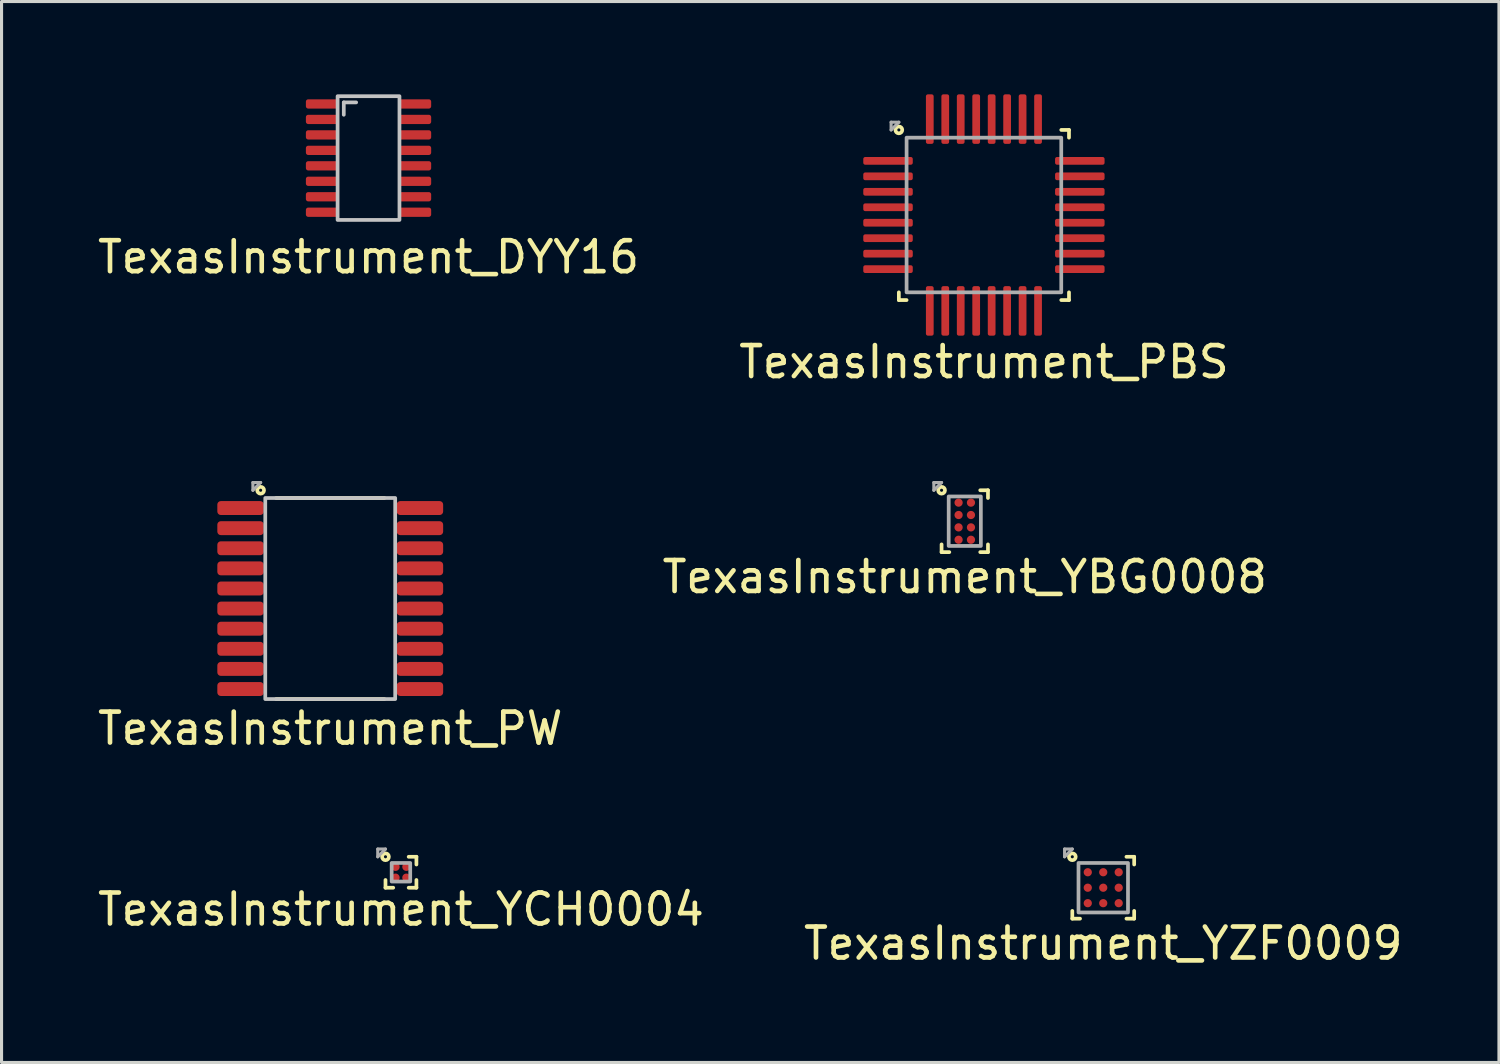
<source format=kicad_pcb>
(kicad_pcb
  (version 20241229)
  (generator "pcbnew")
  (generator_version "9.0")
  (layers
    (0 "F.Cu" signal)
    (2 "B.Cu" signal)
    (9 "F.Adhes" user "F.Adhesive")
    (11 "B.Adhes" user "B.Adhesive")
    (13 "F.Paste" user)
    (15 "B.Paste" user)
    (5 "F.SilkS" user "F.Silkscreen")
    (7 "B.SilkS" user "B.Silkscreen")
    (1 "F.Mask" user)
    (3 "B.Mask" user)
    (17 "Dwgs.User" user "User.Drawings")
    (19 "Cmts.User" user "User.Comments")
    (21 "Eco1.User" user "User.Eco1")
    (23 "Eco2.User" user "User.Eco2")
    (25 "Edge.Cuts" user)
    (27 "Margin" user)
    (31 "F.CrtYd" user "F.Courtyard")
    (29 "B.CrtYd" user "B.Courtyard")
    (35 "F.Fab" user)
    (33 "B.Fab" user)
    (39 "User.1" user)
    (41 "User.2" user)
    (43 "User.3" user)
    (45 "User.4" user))
  (footprint "TexasInstrument_DYY16"
    (layer "F.Cu")
    (at 8.863 2.06)
    (property "Reference" "TexasInstrument_DYY16" (at 0 3.2 0) (unlocked yes) (layer "F.SilkS") (effects (font (size 1 1) (thickness 0.15))))
    (attr smd)
    (fp_line (start -0.8 -1.8) (end -0.4 -1.8) (stroke (width 0.12) (type solid)) (layer "Dwgs.User"))
    (fp_line (start -0.8 -1.4) (end -0.8 -1.8) (stroke (width 0.12) (type solid)) (layer "Dwgs.User"))
    (fp_rect (start -1 -2) (end 1 2) (stroke (width 0.12) (type solid)) (fill no) (layer "Dwgs.User"))
    (pad "1" smd roundrect (at -1.5 -1.75) (size 1.05 0.3) (layers "F.Cu" "F.Mask" "F.Paste") (roundrect_rratio 0.25))
    (pad "2" smd roundrect (at -1.5 -1.25) (size 1.05 0.3) (layers "F.Cu" "F.Mask" "F.Paste") (roundrect_rratio 0.25))
    (pad "3" smd roundrect (at -1.5 -0.75) (size 1.05 0.3) (layers "F.Cu" "F.Mask" "F.Paste") (roundrect_rratio 0.25))
    (pad "4" smd roundrect (at -1.5 -0.25) (size 1.05 0.3) (layers "F.Cu" "F.Mask" "F.Paste") (roundrect_rratio 0.25))
    (pad "5" smd roundrect (at -1.5 0.25) (size 1.05 0.3) (layers "F.Cu" "F.Mask" "F.Paste") (roundrect_rratio 0.25))
    (pad "6" smd roundrect (at -1.5 0.75) (size 1.05 0.3) (layers "F.Cu" "F.Mask" "F.Paste") (roundrect_rratio 0.25))
    (pad "7" smd roundrect (at -1.5 1.25) (size 1.05 0.3) (layers "F.Cu" "F.Mask" "F.Paste") (roundrect_rratio 0.25))
    (pad "8" smd roundrect (at -1.5 1.75) (size 1.05 0.3) (layers "F.Cu" "F.Mask" "F.Paste") (roundrect_rratio 0.25))
    (pad "9" smd roundrect (at 1.5 1.75) (size 1.05 0.3) (layers "F.Cu" "F.Mask" "F.Paste") (roundrect_rratio 0.25))
    (pad "10" smd roundrect (at 1.5 1.25) (size 1.05 0.3) (layers "F.Cu" "F.Mask" "F.Paste") (roundrect_rratio 0.25))
    (pad "11" smd roundrect (at 1.5 0.75) (size 1.05 0.3) (layers "F.Cu" "F.Mask" "F.Paste") (roundrect_rratio 0.25))
    (pad "12" smd roundrect (at 1.5 0.25) (size 1.05 0.3) (layers "F.Cu" "F.Mask" "F.Paste") (roundrect_rratio 0.25))
    (pad "13" smd roundrect (at 1.5 -0.25) (size 1.05 0.3) (layers "F.Cu" "F.Mask" "F.Paste") (roundrect_rratio 0.25))
    (pad "14" smd roundrect (at 1.5 -0.75) (size 1.05 0.3) (layers "F.Cu" "F.Mask" "F.Paste") (roundrect_rratio 0.25))
    (pad "15" smd roundrect (at 1.5 -1.25) (size 1.05 0.3) (layers "F.Cu" "F.Mask" "F.Paste") (roundrect_rratio 0.25))
    (pad "16" smd roundrect (at 1.5 -1.75) (size 1.05 0.3) (layers "F.Cu" "F.Mask" "F.Paste") (roundrect_rratio 0.25)))
  (footprint "TexasInstrument_YBG0008"
    (layer "F.Cu")
    (at 28.137 13.798)
    (property "Reference" "TexasInstrument_YBG0008" (at 0 1.8 0) (unlocked yes) (layer "F.SilkS") (effects (font (size 1 1) (thickness 0.15))))
    (attr smd)
    (fp_line (start -0.75 0.75) (end -0.75 1) (stroke (width 0.12) (type solid)) (layer "F.SilkS"))
    (fp_line (start -0.75 1) (end -0.5 1) (stroke (width 0.12) (type solid)) (layer "F.SilkS"))
    (fp_line (start 0.5 -1) (end 0.75 -1) (stroke (width 0.12) (type solid)) (layer "F.SilkS"))
    (fp_line (start 0.75 -1) (end 0.75 -0.75) (stroke (width 0.12) (type solid)) (layer "F.SilkS"))
    (fp_line (start 0.75 0.75) (end 0.75 1) (stroke (width 0.12) (type solid)) (layer "F.SilkS"))
    (fp_line (start 0.75 1) (end 0.5 1) (stroke (width 0.12) (type solid)) (layer "F.SilkS"))
    (fp_circle (center -0.75 -1) (end -0.7 -1) (stroke (width 0.12) (type solid)) (fill no) (layer "F.SilkS"))
    (fp_line (start -1 -1.25) (end -1 -1) (stroke (width 0.1) (type solid)) (layer "F.Fab"))
    (fp_line (start -1 -1) (end -0.75 -1.25) (stroke (width 0.1) (type solid)) (layer "F.Fab"))
    (fp_line (start -0.75 -1.25) (end -1 -1.25) (stroke (width 0.1) (type solid)) (layer "F.Fab"))
    (fp_rect (start -0.52 -0.8) (end 0.52 0.8) (stroke (width 0.12) (type solid)) (fill no) (layer "F.Fab"))
    (pad "A1" smd circle (at -0.2 -0.6) (size 0.265 0.265) (layers "F.Cu" "F.Mask" "F.Paste"))
    (pad "A2" smd circle (at 0.2 -0.6) (size 0.265 0.265) (layers "F.Cu" "F.Mask" "F.Paste"))
    (pad "B1" smd circle (at -0.2 -0.2) (size 0.265 0.265) (layers "F.Cu" "F.Mask" "F.Paste"))
    (pad "B2" smd circle (at 0.2 -0.2) (size 0.265 0.265) (layers "F.Cu" "F.Mask" "F.Paste"))
    (pad "C1" smd circle (at -0.2 0.2) (size 0.265 0.265) (layers "F.Cu" "F.Mask" "F.Paste"))
    (pad "C2" smd circle (at 0.2 0.2) (size 0.265 0.265) (layers "F.Cu" "F.Mask" "F.Paste"))
    (pad "D1" smd circle (at -0.2 0.6) (size 0.265 0.265) (layers "F.Cu" "F.Mask" "F.Paste"))
    (pad "D2" smd circle (at 0.2 0.6) (size 0.265 0.265) (layers "F.Cu" "F.Mask" "F.Paste")))
  (footprint "TexasInstrument_YZF0009"
    (layer "F.Cu")
    (at 32.613 25.646)
    (property "Reference" "TexasInstrument_YZF0009" (at 0 1.8 0) (unlocked yes) (layer "F.SilkS") (effects (font (size 1 1) (thickness 0.15))))
    (attr smd)
    (fp_line (start -1 1) (end -1 0.75) (stroke (width 0.12) (type solid)) (layer "F.SilkS"))
    (fp_line (start -0.75 1) (end -1 1) (stroke (width 0.12) (type solid)) (layer "F.SilkS"))
    (fp_line (start 0.75 -1) (end 1 -1) (stroke (width 0.12) (type solid)) (layer "F.SilkS"))
    (fp_line (start 1 -1) (end 1 -0.75) (stroke (width 0.12) (type solid)) (layer "F.SilkS"))
    (fp_line (start 1 0.75) (end 1 1) (stroke (width 0.12) (type solid)) (layer "F.SilkS"))
    (fp_line (start 1 1) (end 0.75 1) (stroke (width 0.12) (type solid)) (layer "F.SilkS"))
    (fp_circle (center -1 -1) (end -0.95 -1) (stroke (width 0.12) (type solid)) (fill no) (layer "F.SilkS"))
    (fp_line (start -1.25 -1.25) (end -1.25 -1) (stroke (width 0.1) (type solid)) (layer "F.Fab"))
    (fp_line (start -1.25 -1) (end -1 -1.25) (stroke (width 0.1) (type solid)) (layer "F.Fab"))
    (fp_line (start -1 -1.25) (end -1.25 -1.25) (stroke (width 0.1) (type solid)) (layer "F.Fab"))
    (fp_rect (start -0.8 -0.8) (end 0.8 0.8) (stroke (width 0.12) (type solid)) (fill no) (layer "F.Fab"))
    (pad "A1" smd circle (at 0.5 0.5) (size 0.265 0.265) (layers "F.Cu" "F.Mask" "F.Paste"))
    (pad "A2" smd circle (at 0 0.5) (size 0.265 0.265) (layers "F.Cu" "F.Mask" "F.Paste"))
    (pad "A3" smd circle (at -0.5 0.5) (size 0.265 0.265) (layers "F.Cu" "F.Mask" "F.Paste"))
    (pad "B1" smd circle (at 0.5 0) (size 0.265 0.265) (layers "F.Cu" "F.Mask" "F.Paste"))
    (pad "B2" smd circle (at 0 0) (size 0.265 0.265) (layers "F.Cu" "F.Mask" "F.Paste"))
    (pad "B3" smd circle (at -0.5 0) (size 0.265 0.265) (layers "F.Cu" "F.Mask" "F.Paste"))
    (pad "C1" smd circle (at 0.5 -0.5) (size 0.265 0.265) (layers "F.Cu" "F.Mask" "F.Paste"))
    (pad "C2" smd circle (at 0 -0.5) (size 0.265 0.265) (layers "F.Cu" "F.Mask" "F.Paste"))
    (pad "C3" smd circle (at -0.5 -0.5) (size 0.265 0.265) (layers "F.Cu" "F.Mask" "F.Paste")))
  (footprint "TexasInstrument_YCH0004"
    (layer "F.Cu")
    (at 9.911 25.146)
    (property "Reference" "TexasInstrument_YCH0004" (at 0 1.2 0) (unlocked yes) (layer "F.SilkS") (effects (font (size 1 1) (thickness 0.15))))
    (attr smd)
    (fp_line (start -0.5 0.25) (end -0.5 0.5) (stroke (width 0.12) (type solid)) (layer "F.SilkS"))
    (fp_line (start -0.5 0.5) (end -0.25 0.5) (stroke (width 0.12) (type solid)) (layer "F.SilkS"))
    (fp_line (start 0.25 -0.5) (end 0.5 -0.5) (stroke (width 0.12) (type solid)) (layer "F.SilkS"))
    (fp_line (start 0.5 -0.5) (end 0.5 -0.25) (stroke (width 0.12) (type solid)) (layer "F.SilkS"))
    (fp_line (start 0.5 0.25) (end 0.5 0.5) (stroke (width 0.12) (type solid)) (layer "F.SilkS"))
    (fp_line (start 0.5 0.5) (end 0.25 0.5) (stroke (width 0.12) (type solid)) (layer "F.SilkS"))
    (fp_circle (center -0.5 -0.5) (end -0.45 -0.5) (stroke (width 0.12) (type solid)) (fill no) (layer "F.SilkS"))
    (fp_line (start -0.75 -0.75) (end -0.75 -0.5) (stroke (width 0.1) (type solid)) (layer "F.Fab"))
    (fp_line (start -0.75 -0.5) (end -0.5 -0.75) (stroke (width 0.1) (type solid)) (layer "F.Fab"))
    (fp_line (start -0.5 -0.75) (end -0.75 -0.75) (stroke (width 0.1) (type solid)) (layer "F.Fab"))
    (fp_rect (start -0.3 -0.3) (end 0.3 0.3) (stroke (width 0.12) (type solid)) (fill no) (layer "F.Fab"))
    (pad "A1" smd circle (at -0.175 -0.175) (size 0.265 0.265) (layers "F.Cu" "F.Mask" "F.Paste"))
    (pad "A2" smd circle (at 0.175 -0.175) (size 0.265 0.265) (layers "F.Cu" "F.Mask" "F.Paste"))
    (pad "B1" smd circle (at -0.175 0.175) (size 0.265 0.265) (layers "F.Cu" "F.Mask" "F.Paste"))
    (pad "B2" smd circle (at 0.175 0.175) (size 0.265 0.265) (layers "F.Cu" "F.Mask" "F.Paste")))
  (footprint "TexasInstrument_PW"
    (layer "F.Cu")
    (at 7.625 16.298)
    (property "Reference" "TexasInstrument_PW" (at 0 4.2 0) (unlocked yes) (layer "F.SilkS") (effects (font (size 1 1) (thickness 0.15))))
    (attr smd)
    (fp_line (start -1.75 -3.25) (end 1.75 -3.25) (stroke (width 0.12) (type solid)) (layer "F.SilkS"))
    (fp_line (start -1.75 3.25) (end 1.75 3.25) (stroke (width 0.12) (type solid)) (layer "F.SilkS"))
    (fp_circle (center -2.25 -3.5) (end -2.2 -3.5) (stroke (width 0.12) (type solid)) (fill no) (layer "F.SilkS"))
    (fp_rect (start -2.1 -3.25) (end 2.1 3.25) (stroke (width 0.12) (type solid)) (fill no) (layer "Dwgs.User"))
    (fp_line (start -2.5 -3.75) (end -2.5 -3.5) (stroke (width 0.1) (type solid)) (layer "F.Fab"))
    (fp_line (start -2.5 -3.5) (end -2.25 -3.75) (stroke (width 0.1) (type solid)) (layer "F.Fab"))
    (fp_line (start -2.25 -3.75) (end -2.5 -3.75) (stroke (width 0.1) (type solid)) (layer "F.Fab"))
    (pad "1" smd roundrect (at -2.9 -2.925) (size 1.5 0.45) (layers "F.Cu" "F.Mask" "F.Paste") (roundrect_rratio 0.25))
    (pad "2" smd roundrect (at -2.9 -2.275) (size 1.5 0.45) (layers "F.Cu" "F.Mask" "F.Paste") (roundrect_rratio 0.25))
    (pad "3" smd roundrect (at -2.9 -1.625) (size 1.5 0.45) (layers "F.Cu" "F.Mask" "F.Paste") (roundrect_rratio 0.25))
    (pad "4" smd roundrect (at -2.9 -0.975) (size 1.5 0.45) (layers "F.Cu" "F.Mask" "F.Paste") (roundrect_rratio 0.25))
    (pad "5" smd roundrect (at -2.9 -0.325) (size 1.5 0.45) (layers "F.Cu" "F.Mask" "F.Paste") (roundrect_rratio 0.25))
    (pad "6" smd roundrect (at -2.9 0.325) (size 1.5 0.45) (layers "F.Cu" "F.Mask" "F.Paste") (roundrect_rratio 0.25))
    (pad "7" smd roundrect (at -2.9 0.975) (size 1.5 0.45) (layers "F.Cu" "F.Mask" "F.Paste") (roundrect_rratio 0.25))
    (pad "8" smd roundrect (at -2.9 1.625) (size 1.5 0.45) (layers "F.Cu" "F.Mask" "F.Paste") (roundrect_rratio 0.25))
    (pad "9" smd roundrect (at -2.9 2.275) (size 1.5 0.45) (layers "F.Cu" "F.Mask" "F.Paste") (roundrect_rratio 0.25))
    (pad "10" smd roundrect (at -2.9 2.925) (size 1.5 0.45) (layers "F.Cu" "F.Mask" "F.Paste") (roundrect_rratio 0.25))
    (pad "11" smd roundrect (at 2.9 2.925) (size 1.5 0.45) (layers "F.Cu" "F.Mask" "F.Paste") (roundrect_rratio 0.25))
    (pad "12" smd roundrect (at 2.9 2.275) (size 1.5 0.45) (layers "F.Cu" "F.Mask" "F.Paste") (roundrect_rratio 0.25))
    (pad "13" smd roundrect (at 2.9 1.625) (size 1.5 0.45) (layers "F.Cu" "F.Mask" "F.Paste") (roundrect_rratio 0.25))
    (pad "14" smd roundrect (at 2.9 0.975) (size 1.5 0.45) (layers "F.Cu" "F.Mask" "F.Paste") (roundrect_rratio 0.25))
    (pad "15" smd roundrect (at 2.9 0.325) (size 1.5 0.45) (layers "F.Cu" "F.Mask" "F.Paste") (roundrect_rratio 0.25))
    (pad "16" smd roundrect (at 2.9 -0.325) (size 1.5 0.45) (layers "F.Cu" "F.Mask" "F.Paste") (roundrect_rratio 0.25))
    (pad "17" smd roundrect (at 2.9 -0.975) (size 1.5 0.45) (layers "F.Cu" "F.Mask" "F.Paste") (roundrect_rratio 0.25))
    (pad "18" smd roundrect (at 2.9 -1.625) (size 1.5 0.45) (layers "F.Cu" "F.Mask" "F.Paste") (roundrect_rratio 0.25))
    (pad "19" smd roundrect (at 2.9 -2.275) (size 1.5 0.45) (layers "F.Cu" "F.Mask" "F.Paste") (roundrect_rratio 0.25))
    (pad "20" smd roundrect (at 2.9 -2.925) (size 1.5 0.45) (layers "F.Cu" "F.Mask" "F.Paste") (roundrect_rratio 0.25)))
  (footprint "TexasInstrument_PBS"
    (layer "F.Cu")
    (at 28.756 3.9)
    (property "Reference" "TexasInstrument_PBS" (at 0 4.75 0) (unlocked yes) (layer "F.SilkS") (effects (font (size 1 1) (thickness 0.15))))
    (attr smd)
    (fp_line (start -2.75 2.5) (end -2.75 2.75) (stroke (width 0.12) (type solid)) (layer "F.SilkS"))
    (fp_line (start -2.75 2.75) (end -2.5 2.75) (stroke (width 0.12) (type solid)) (layer "F.SilkS"))
    (fp_line (start 2.5 -2.75) (end 2.75 -2.75) (stroke (width 0.12) (type solid)) (layer "F.SilkS"))
    (fp_line (start 2.75 -2.5) (end 2.75 -2.75) (stroke (width 0.12) (type solid)) (layer "F.SilkS"))
    (fp_line (start 2.75 2.5) (end 2.75 2.75) (stroke (width 0.12) (type solid)) (layer "F.SilkS"))
    (fp_line (start 2.75 2.75) (end 2.5 2.75) (stroke (width 0.12) (type solid)) (layer "F.SilkS"))
    (fp_circle (center -2.75 -2.75) (end -2.7 -2.75) (stroke (width 0.12) (type solid)) (fill no) (layer "F.SilkS"))
    (fp_line (start -3 -3) (end -3 -2.75) (stroke (width 0.1) (type solid)) (layer "F.Fab"))
    (fp_line (start -3 -2.75) (end -2.75 -3) (stroke (width 0.1) (type solid)) (layer "F.Fab"))
    (fp_line (start -2.75 -3) (end -3 -3) (stroke (width 0.1) (type solid)) (layer "F.Fab"))
    (fp_rect (start -2.5 -2.5) (end 2.5 2.5) (stroke (width 0.12) (type solid)) (fill no) (layer "F.Fab"))
    (pad "1" smd roundrect (at -3.1 -1.75) (size 1.6 0.25) (layers "F.Cu" "F.Mask" "F.Paste") (roundrect_rratio 0.25))
    (pad "2" smd roundrect (at -3.1 -1.25) (size 1.6 0.25) (layers "F.Cu" "F.Mask" "F.Paste") (roundrect_rratio 0.25))
    (pad "3" smd roundrect (at -3.1 -0.75) (size 1.6 0.25) (layers "F.Cu" "F.Mask" "F.Paste") (roundrect_rratio 0.25))
    (pad "4" smd roundrect (at -3.1 -0.25) (size 1.6 0.25) (layers "F.Cu" "F.Mask" "F.Paste") (roundrect_rratio 0.25))
    (pad "5" smd roundrect (at -3.1 0.25) (size 1.6 0.25) (layers "F.Cu" "F.Mask" "F.Paste") (roundrect_rratio 0.25))
    (pad "6" smd roundrect (at -3.1 0.75) (size 1.6 0.25) (layers "F.Cu" "F.Mask" "F.Paste") (roundrect_rratio 0.25))
    (pad "7" smd roundrect (at -3.1 1.25) (size 1.6 0.25) (layers "F.Cu" "F.Mask" "F.Paste") (roundrect_rratio 0.25))
    (pad "8" smd roundrect (at -3.1 1.75) (size 1.6 0.25) (layers "F.Cu" "F.Mask" "F.Paste") (roundrect_rratio 0.25))
    (pad "9" smd roundrect (at -1.75 3.1 90) (size 1.6 0.25) (layers "F.Cu" "F.Mask" "F.Paste") (roundrect_rratio 0.25))
    (pad "10" smd roundrect (at -1.25 3.1 90) (size 1.6 0.25) (layers "F.Cu" "F.Mask" "F.Paste") (roundrect_rratio 0.25))
    (pad "11" smd roundrect (at -0.75 3.1 90) (size 1.6 0.25) (layers "F.Cu" "F.Mask" "F.Paste") (roundrect_rratio 0.25))
    (pad "12" smd roundrect (at -0.25 3.1 90) (size 1.6 0.25) (layers "F.Cu" "F.Mask" "F.Paste") (roundrect_rratio 0.25))
    (pad "13" smd roundrect (at 0.25 3.1 90) (size 1.6 0.25) (layers "F.Cu" "F.Mask" "F.Paste") (roundrect_rratio 0.25))
    (pad "14" smd roundrect (at 0.75 3.1 90) (size 1.6 0.25) (layers "F.Cu" "F.Mask" "F.Paste") (roundrect_rratio 0.25))
    (pad "15" smd roundrect (at 1.25 3.1 90) (size 1.6 0.25) (layers "F.Cu" "F.Mask" "F.Paste") (roundrect_rratio 0.25))
    (pad "16" smd roundrect (at 1.75 3.1 90) (size 1.6 0.25) (layers "F.Cu" "F.Mask" "F.Paste") (roundrect_rratio 0.25))
    (pad "17" smd roundrect (at 3.1 1.75) (size 1.6 0.25) (layers "F.Cu" "F.Mask" "F.Paste") (roundrect_rratio 0.25))
    (pad "18" smd roundrect (at 3.1 1.25) (size 1.6 0.25) (layers "F.Cu" "F.Mask" "F.Paste") (roundrect_rratio 0.25))
    (pad "19" smd roundrect (at 3.1 0.75) (size 1.6 0.25) (layers "F.Cu" "F.Mask" "F.Paste") (roundrect_rratio 0.25))
    (pad "20" smd roundrect (at 3.1 0.25) (size 1.6 0.25) (layers "F.Cu" "F.Mask" "F.Paste") (roundrect_rratio 0.25))
    (pad "21" smd roundrect (at 3.1 -0.25) (size 1.6 0.25) (layers "F.Cu" "F.Mask" "F.Paste") (roundrect_rratio 0.25))
    (pad "22" smd roundrect (at 3.1 -0.75) (size 1.6 0.25) (layers "F.Cu" "F.Mask" "F.Paste") (roundrect_rratio 0.25))
    (pad "23" smd roundrect (at 3.1 -1.25) (size 1.6 0.25) (layers "F.Cu" "F.Mask" "F.Paste") (roundrect_rratio 0.25))
    (pad "24" smd roundrect (at 3.1 -1.75) (size 1.6 0.25) (layers "F.Cu" "F.Mask" "F.Paste") (roundrect_rratio 0.25))
    (pad "25" smd roundrect (at 1.75 -3.1 90) (size 1.6 0.25) (layers "F.Cu" "F.Mask" "F.Paste") (roundrect_rratio 0.25))
    (pad "26" smd roundrect (at 1.25 -3.1 90) (size 1.6 0.25) (layers "F.Cu" "F.Mask" "F.Paste") (roundrect_rratio 0.25))
    (pad "27" smd roundrect (at 0.75 -3.1 90) (size 1.6 0.25) (layers "F.Cu" "F.Mask" "F.Paste") (roundrect_rratio 0.25))
    (pad "28" smd roundrect (at 0.25 -3.1 90) (size 1.6 0.25) (layers "F.Cu" "F.Mask" "F.Paste") (roundrect_rratio 0.25))
    (pad "29" smd roundrect (at -0.25 -3.1 90) (size 1.6 0.25) (layers "F.Cu" "F.Mask" "F.Paste") (roundrect_rratio 0.25))
    (pad "30" smd roundrect (at -0.75 -3.1 90) (size 1.6 0.25) (layers "F.Cu" "F.Mask" "F.Paste") (roundrect_rratio 0.25))
    (pad "31" smd roundrect (at -1.25 -3.1 90) (size 1.6 0.25) (layers "F.Cu" "F.Mask" "F.Paste") (roundrect_rratio 0.25))
    (pad "32" smd roundrect (at -1.75 -3.1 90) (size 1.6 0.25) (layers "F.Cu" "F.Mask" "F.Paste") (roundrect_rratio 0.25)))
  (gr_rect
    (start -3 -3)
    (end 45.405 31.295)
    (stroke (width 0.1) (type default))
    (fill no)
    (layer "Edge.Cuts")))
</source>
